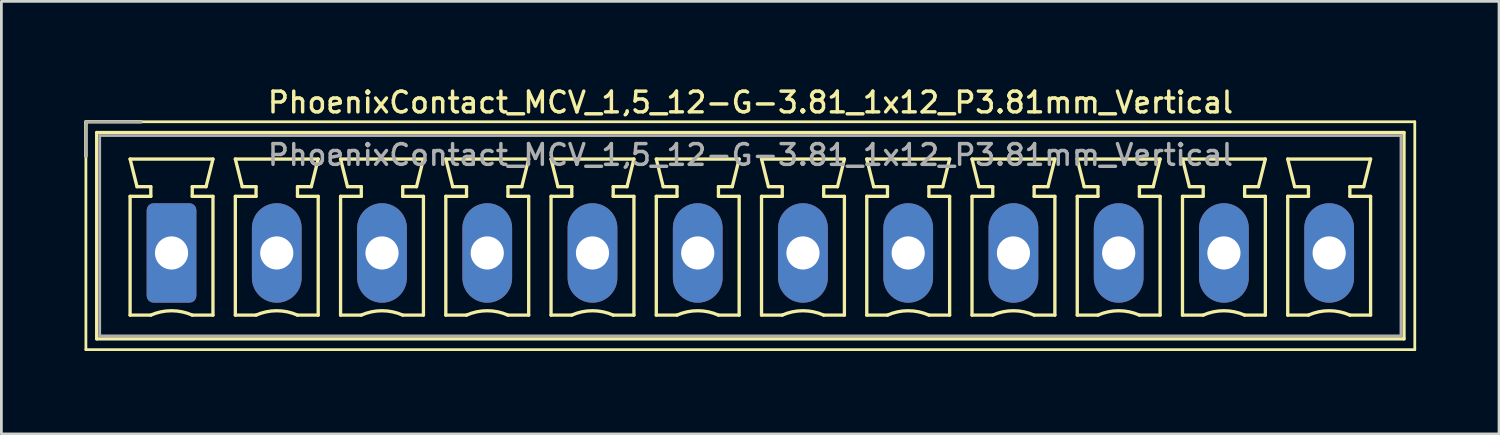
<source format=kicad_pcb>
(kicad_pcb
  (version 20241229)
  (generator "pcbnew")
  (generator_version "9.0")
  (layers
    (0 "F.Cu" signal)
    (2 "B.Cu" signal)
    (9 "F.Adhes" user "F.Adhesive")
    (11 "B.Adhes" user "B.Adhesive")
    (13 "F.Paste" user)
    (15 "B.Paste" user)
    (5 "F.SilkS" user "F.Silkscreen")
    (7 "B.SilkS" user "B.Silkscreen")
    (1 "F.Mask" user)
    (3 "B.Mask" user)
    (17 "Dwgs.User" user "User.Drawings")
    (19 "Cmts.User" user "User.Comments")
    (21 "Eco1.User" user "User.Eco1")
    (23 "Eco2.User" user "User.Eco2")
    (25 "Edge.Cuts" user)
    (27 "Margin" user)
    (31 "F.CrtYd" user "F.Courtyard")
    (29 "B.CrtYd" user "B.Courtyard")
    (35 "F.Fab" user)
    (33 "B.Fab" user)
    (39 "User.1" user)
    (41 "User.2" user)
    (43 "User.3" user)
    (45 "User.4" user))
  (footprint "PhoenixContact_MCV_1,5_12-G-3.81_1x12_P3.81mm_Vertical"
    (layer "F.Cu")
    (at 3.16 6.108)
    (property "Reference" "PhoenixContact_MCV_1,5_12-G-3.81_1x12_P3.81mm_Vertical" (at 20.96 -5.45 0) (layer "F.SilkS") (effects (font (size 0.75 0.75) (thickness 0.125))))
    (attr through_hole)
    (fp_line (start -3.1 -4.75) (end -3.1 3.5) (stroke (width 0.1) (type solid)) (layer "F.SilkS"))
    (fp_line (start -3.1 -4.75) (end -1.1 -4.75) (stroke (width 0.12) (type solid)) (layer "F.SilkS"))
    (fp_line (start -3.1 -3.5) (end -3.1 -4.75) (stroke (width 0.12) (type solid)) (layer "F.SilkS"))
    (fp_line (start -3.1 3.5) (end 45.01 3.5) (stroke (width 0.1) (type solid)) (layer "F.SilkS"))
    (fp_line (start -2.71 -4.36) (end -2.71 3.11) (stroke (width 0.12) (type solid)) (layer "F.SilkS"))
    (fp_line (start -2.71 3.11) (end 44.62 3.11) (stroke (width 0.12) (type solid)) (layer "F.SilkS"))
    (fp_line (start -1.5 -3.4) (end 1.5 -3.4) (stroke (width 0.12) (type solid)) (layer "F.SilkS"))
    (fp_line (start -1.5 -2.05) (end -0.75 -2.05) (stroke (width 0.12) (type solid)) (layer "F.SilkS"))
    (fp_line (start -1.5 2.25) (end -1.5 -2.05) (stroke (width 0.12) (type solid)) (layer "F.SilkS"))
    (fp_line (start -1.25 -2.4) (end -1.5 -3.4) (stroke (width 0.12) (type solid)) (layer "F.SilkS"))
    (fp_line (start -0.75 -2.4) (end -1.25 -2.4) (stroke (width 0.12) (type solid)) (layer "F.SilkS"))
    (fp_line (start -0.75 -2.05) (end -0.75 -2.4) (stroke (width 0.12) (type solid)) (layer "F.SilkS"))
    (fp_line (start -0.75 2.25) (end -1.5 2.25) (stroke (width 0.12) (type solid)) (layer "F.SilkS"))
    (fp_line (start 0.75 -2.4) (end 0.75 -2.05) (stroke (width 0.12) (type solid)) (layer "F.SilkS"))
    (fp_line (start 0.75 -2.05) (end 1.5 -2.05) (stroke (width 0.12) (type solid)) (layer "F.SilkS"))
    (fp_line (start 1.25 -2.4) (end 0.75 -2.4) (stroke (width 0.12) (type solid)) (layer "F.SilkS"))
    (fp_line (start 1.5 -3.4) (end 1.25 -2.4) (stroke (width 0.12) (type solid)) (layer "F.SilkS"))
    (fp_line (start 1.5 -2.05) (end 1.5 2.25) (stroke (width 0.12) (type solid)) (layer "F.SilkS"))
    (fp_line (start 1.5 2.25) (end 0.75 2.25) (stroke (width 0.12) (type solid)) (layer "F.SilkS"))
    (fp_line (start 2.31 -3.4) (end 5.31 -3.4) (stroke (width 0.12) (type solid)) (layer "F.SilkS"))
    (fp_line (start 2.31 -2.05) (end 3.06 -2.05) (stroke (width 0.12) (type solid)) (layer "F.SilkS"))
    (fp_line (start 2.31 2.25) (end 2.31 -2.05) (stroke (width 0.12) (type solid)) (layer "F.SilkS"))
    (fp_line (start 2.56 -2.4) (end 2.31 -3.4) (stroke (width 0.12) (type solid)) (layer "F.SilkS"))
    (fp_line (start 3.06 -2.4) (end 2.56 -2.4) (stroke (width 0.12) (type solid)) (layer "F.SilkS"))
    (fp_line (start 3.06 -2.05) (end 3.06 -2.4) (stroke (width 0.12) (type solid)) (layer "F.SilkS"))
    (fp_line (start 3.06 2.25) (end 2.31 2.25) (stroke (width 0.12) (type solid)) (layer "F.SilkS"))
    (fp_line (start 4.56 -2.4) (end 4.56 -2.05) (stroke (width 0.12) (type solid)) (layer "F.SilkS"))
    (fp_line (start 4.56 -2.05) (end 5.31 -2.05) (stroke (width 0.12) (type solid)) (layer "F.SilkS"))
    (fp_line (start 5.06 -2.4) (end 4.56 -2.4) (stroke (width 0.12) (type solid)) (layer "F.SilkS"))
    (fp_line (start 5.31 -3.4) (end 5.06 -2.4) (stroke (width 0.12) (type solid)) (layer "F.SilkS"))
    (fp_line (start 5.31 -2.05) (end 5.31 2.25) (stroke (width 0.12) (type solid)) (layer "F.SilkS"))
    (fp_line (start 5.31 2.25) (end 4.56 2.25) (stroke (width 0.12) (type solid)) (layer "F.SilkS"))
    (fp_line (start 6.12 -3.4) (end 9.12 -3.4) (stroke (width 0.12) (type solid)) (layer "F.SilkS"))
    (fp_line (start 6.12 -2.05) (end 6.87 -2.05) (stroke (width 0.12) (type solid)) (layer "F.SilkS"))
    (fp_line (start 6.12 2.25) (end 6.12 -2.05) (stroke (width 0.12) (type solid)) (layer "F.SilkS"))
    (fp_line (start 6.37 -2.4) (end 6.12 -3.4) (stroke (width 0.12) (type solid)) (layer "F.SilkS"))
    (fp_line (start 6.87 -2.4) (end 6.37 -2.4) (stroke (width 0.12) (type solid)) (layer "F.SilkS"))
    (fp_line (start 6.87 -2.05) (end 6.87 -2.4) (stroke (width 0.12) (type solid)) (layer "F.SilkS"))
    (fp_line (start 6.87 2.25) (end 6.12 2.25) (stroke (width 0.12) (type solid)) (layer "F.SilkS"))
    (fp_line (start 8.37 -2.4) (end 8.37 -2.05) (stroke (width 0.12) (type solid)) (layer "F.SilkS"))
    (fp_line (start 8.37 -2.05) (end 9.12 -2.05) (stroke (width 0.12) (type solid)) (layer "F.SilkS"))
    (fp_line (start 8.87 -2.4) (end 8.37 -2.4) (stroke (width 0.12) (type solid)) (layer "F.SilkS"))
    (fp_line (start 9.12 -3.4) (end 8.87 -2.4) (stroke (width 0.12) (type solid)) (layer "F.SilkS"))
    (fp_line (start 9.12 -2.05) (end 9.12 2.25) (stroke (width 0.12) (type solid)) (layer "F.SilkS"))
    (fp_line (start 9.12 2.25) (end 8.37 2.25) (stroke (width 0.12) (type solid)) (layer "F.SilkS"))
    (fp_line (start 9.93 -3.4) (end 12.93 -3.4) (stroke (width 0.12) (type solid)) (layer "F.SilkS"))
    (fp_line (start 9.93 -2.05) (end 10.68 -2.05) (stroke (width 0.12) (type solid)) (layer "F.SilkS"))
    (fp_line (start 9.93 2.25) (end 9.93 -2.05) (stroke (width 0.12) (type solid)) (layer "F.SilkS"))
    (fp_line (start 10.18 -2.4) (end 9.93 -3.4) (stroke (width 0.12) (type solid)) (layer "F.SilkS"))
    (fp_line (start 10.68 -2.4) (end 10.18 -2.4) (stroke (width 0.12) (type solid)) (layer "F.SilkS"))
    (fp_line (start 10.68 -2.05) (end 10.68 -2.4) (stroke (width 0.12) (type solid)) (layer "F.SilkS"))
    (fp_line (start 10.68 2.25) (end 9.93 2.25) (stroke (width 0.12) (type solid)) (layer "F.SilkS"))
    (fp_line (start 12.18 -2.4) (end 12.18 -2.05) (stroke (width 0.12) (type solid)) (layer "F.SilkS"))
    (fp_line (start 12.18 -2.05) (end 12.93 -2.05) (stroke (width 0.12) (type solid)) (layer "F.SilkS"))
    (fp_line (start 12.68 -2.4) (end 12.18 -2.4) (stroke (width 0.12) (type solid)) (layer "F.SilkS"))
    (fp_line (start 12.93 -3.4) (end 12.68 -2.4) (stroke (width 0.12) (type solid)) (layer "F.SilkS"))
    (fp_line (start 12.93 -2.05) (end 12.93 2.25) (stroke (width 0.12) (type solid)) (layer "F.SilkS"))
    (fp_line (start 12.93 2.25) (end 12.18 2.25) (stroke (width 0.12) (type solid)) (layer "F.SilkS"))
    (fp_line (start 13.74 -3.4) (end 16.74 -3.4) (stroke (width 0.12) (type solid)) (layer "F.SilkS"))
    (fp_line (start 13.74 -2.05) (end 14.49 -2.05) (stroke (width 0.12) (type solid)) (layer "F.SilkS"))
    (fp_line (start 13.74 2.25) (end 13.74 -2.05) (stroke (width 0.12) (type solid)) (layer "F.SilkS"))
    (fp_line (start 13.99 -2.4) (end 13.74 -3.4) (stroke (width 0.12) (type solid)) (layer "F.SilkS"))
    (fp_line (start 14.49 -2.4) (end 13.99 -2.4) (stroke (width 0.12) (type solid)) (layer "F.SilkS"))
    (fp_line (start 14.49 -2.05) (end 14.49 -2.4) (stroke (width 0.12) (type solid)) (layer "F.SilkS"))
    (fp_line (start 14.49 2.25) (end 13.74 2.25) (stroke (width 0.12) (type solid)) (layer "F.SilkS"))
    (fp_line (start 15.99 -2.4) (end 15.99 -2.05) (stroke (width 0.12) (type solid)) (layer "F.SilkS"))
    (fp_line (start 15.99 -2.05) (end 16.74 -2.05) (stroke (width 0.12) (type solid)) (layer "F.SilkS"))
    (fp_line (start 16.49 -2.4) (end 15.99 -2.4) (stroke (width 0.12) (type solid)) (layer "F.SilkS"))
    (fp_line (start 16.74 -3.4) (end 16.49 -2.4) (stroke (width 0.12) (type solid)) (layer "F.SilkS"))
    (fp_line (start 16.74 -2.05) (end 16.74 2.25) (stroke (width 0.12) (type solid)) (layer "F.SilkS"))
    (fp_line (start 16.74 2.25) (end 15.99 2.25) (stroke (width 0.12) (type solid)) (layer "F.SilkS"))
    (fp_line (start 17.55 -3.4) (end 20.55 -3.4) (stroke (width 0.12) (type solid)) (layer "F.SilkS"))
    (fp_line (start 17.55 -2.05) (end 18.3 -2.05) (stroke (width 0.12) (type solid)) (layer "F.SilkS"))
    (fp_line (start 17.55 2.25) (end 17.55 -2.05) (stroke (width 0.12) (type solid)) (layer "F.SilkS"))
    (fp_line (start 17.8 -2.4) (end 17.55 -3.4) (stroke (width 0.12) (type solid)) (layer "F.SilkS"))
    (fp_line (start 18.3 -2.4) (end 17.8 -2.4) (stroke (width 0.12) (type solid)) (layer "F.SilkS"))
    (fp_line (start 18.3 -2.05) (end 18.3 -2.4) (stroke (width 0.12) (type solid)) (layer "F.SilkS"))
    (fp_line (start 18.3 2.25) (end 17.55 2.25) (stroke (width 0.12) (type solid)) (layer "F.SilkS"))
    (fp_line (start 19.8 -2.4) (end 19.8 -2.05) (stroke (width 0.12) (type solid)) (layer "F.SilkS"))
    (fp_line (start 19.8 -2.05) (end 20.55 -2.05) (stroke (width 0.12) (type solid)) (layer "F.SilkS"))
    (fp_line (start 20.3 -2.4) (end 19.8 -2.4) (stroke (width 0.12) (type solid)) (layer "F.SilkS"))
    (fp_line (start 20.55 -3.4) (end 20.3 -2.4) (stroke (width 0.12) (type solid)) (layer "F.SilkS"))
    (fp_line (start 20.55 -2.05) (end 20.55 2.25) (stroke (width 0.12) (type solid)) (layer "F.SilkS"))
    (fp_line (start 20.55 2.25) (end 19.8 2.25) (stroke (width 0.12) (type solid)) (layer "F.SilkS"))
    (fp_line (start 21.36 -3.4) (end 24.36 -3.4) (stroke (width 0.12) (type solid)) (layer "F.SilkS"))
    (fp_line (start 21.36 -2.05) (end 22.11 -2.05) (stroke (width 0.12) (type solid)) (layer "F.SilkS"))
    (fp_line (start 21.36 2.25) (end 21.36 -2.05) (stroke (width 0.12) (type solid)) (layer "F.SilkS"))
    (fp_line (start 21.61 -2.4) (end 21.36 -3.4) (stroke (width 0.12) (type solid)) (layer "F.SilkS"))
    (fp_line (start 22.11 -2.4) (end 21.61 -2.4) (stroke (width 0.12) (type solid)) (layer "F.SilkS"))
    (fp_line (start 22.11 -2.05) (end 22.11 -2.4) (stroke (width 0.12) (type solid)) (layer "F.SilkS"))
    (fp_line (start 22.11 2.25) (end 21.36 2.25) (stroke (width 0.12) (type solid)) (layer "F.SilkS"))
    (fp_line (start 23.61 -2.4) (end 23.61 -2.05) (stroke (width 0.12) (type solid)) (layer "F.SilkS"))
    (fp_line (start 23.61 -2.05) (end 24.36 -2.05) (stroke (width 0.12) (type solid)) (layer "F.SilkS"))
    (fp_line (start 24.11 -2.4) (end 23.61 -2.4) (stroke (width 0.12) (type solid)) (layer "F.SilkS"))
    (fp_line (start 24.36 -3.4) (end 24.11 -2.4) (stroke (width 0.12) (type solid)) (layer "F.SilkS"))
    (fp_line (start 24.36 -2.05) (end 24.36 2.25) (stroke (width 0.12) (type solid)) (layer "F.SilkS"))
    (fp_line (start 24.36 2.25) (end 23.61 2.25) (stroke (width 0.12) (type solid)) (layer "F.SilkS"))
    (fp_line (start 25.17 -3.4) (end 28.17 -3.4) (stroke (width 0.12) (type solid)) (layer "F.SilkS"))
    (fp_line (start 25.17 -2.05) (end 25.92 -2.05) (stroke (width 0.12) (type solid)) (layer "F.SilkS"))
    (fp_line (start 25.17 2.25) (end 25.17 -2.05) (stroke (width 0.12) (type solid)) (layer "F.SilkS"))
    (fp_line (start 25.42 -2.4) (end 25.17 -3.4) (stroke (width 0.12) (type solid)) (layer "F.SilkS"))
    (fp_line (start 25.92 -2.4) (end 25.42 -2.4) (stroke (width 0.12) (type solid)) (layer "F.SilkS"))
    (fp_line (start 25.92 -2.05) (end 25.92 -2.4) (stroke (width 0.12) (type solid)) (layer "F.SilkS"))
    (fp_line (start 25.92 2.25) (end 25.17 2.25) (stroke (width 0.12) (type solid)) (layer "F.SilkS"))
    (fp_line (start 27.42 -2.4) (end 27.42 -2.05) (stroke (width 0.12) (type solid)) (layer "F.SilkS"))
    (fp_line (start 27.42 -2.05) (end 28.17 -2.05) (stroke (width 0.12) (type solid)) (layer "F.SilkS"))
    (fp_line (start 27.92 -2.4) (end 27.42 -2.4) (stroke (width 0.12) (type solid)) (layer "F.SilkS"))
    (fp_line (start 28.17 -3.4) (end 27.92 -2.4) (stroke (width 0.12) (type solid)) (layer "F.SilkS"))
    (fp_line (start 28.17 -2.05) (end 28.17 2.25) (stroke (width 0.12) (type solid)) (layer "F.SilkS"))
    (fp_line (start 28.17 2.25) (end 27.42 2.25) (stroke (width 0.12) (type solid)) (layer "F.SilkS"))
    (fp_line (start 28.98 -3.4) (end 31.98 -3.4) (stroke (width 0.12) (type solid)) (layer "F.SilkS"))
    (fp_line (start 28.98 -2.05) (end 29.73 -2.05) (stroke (width 0.12) (type solid)) (layer "F.SilkS"))
    (fp_line (start 28.98 2.25) (end 28.98 -2.05) (stroke (width 0.12) (type solid)) (layer "F.SilkS"))
    (fp_line (start 29.23 -2.4) (end 28.98 -3.4) (stroke (width 0.12) (type solid)) (layer "F.SilkS"))
    (fp_line (start 29.73 -2.4) (end 29.23 -2.4) (stroke (width 0.12) (type solid)) (layer "F.SilkS"))
    (fp_line (start 29.73 -2.05) (end 29.73 -2.4) (stroke (width 0.12) (type solid)) (layer "F.SilkS"))
    (fp_line (start 29.73 2.25) (end 28.98 2.25) (stroke (width 0.12) (type solid)) (layer "F.SilkS"))
    (fp_line (start 31.23 -2.4) (end 31.23 -2.05) (stroke (width 0.12) (type solid)) (layer "F.SilkS"))
    (fp_line (start 31.23 -2.05) (end 31.98 -2.05) (stroke (width 0.12) (type solid)) (layer "F.SilkS"))
    (fp_line (start 31.73 -2.4) (end 31.23 -2.4) (stroke (width 0.12) (type solid)) (layer "F.SilkS"))
    (fp_line (start 31.98 -3.4) (end 31.73 -2.4) (stroke (width 0.12) (type solid)) (layer "F.SilkS"))
    (fp_line (start 31.98 -2.05) (end 31.98 2.25) (stroke (width 0.12) (type solid)) (layer "F.SilkS"))
    (fp_line (start 31.98 2.25) (end 31.23 2.25) (stroke (width 0.12) (type solid)) (layer "F.SilkS"))
    (fp_line (start 32.79 -3.4) (end 35.79 -3.4) (stroke (width 0.12) (type solid)) (layer "F.SilkS"))
    (fp_line (start 32.79 -2.05) (end 33.54 -2.05) (stroke (width 0.12) (type solid)) (layer "F.SilkS"))
    (fp_line (start 32.79 2.25) (end 32.79 -2.05) (stroke (width 0.12) (type solid)) (layer "F.SilkS"))
    (fp_line (start 33.04 -2.4) (end 32.79 -3.4) (stroke (width 0.12) (type solid)) (layer "F.SilkS"))
    (fp_line (start 33.54 -2.4) (end 33.04 -2.4) (stroke (width 0.12) (type solid)) (layer "F.SilkS"))
    (fp_line (start 33.54 -2.05) (end 33.54 -2.4) (stroke (width 0.12) (type solid)) (layer "F.SilkS"))
    (fp_line (start 33.54 2.25) (end 32.79 2.25) (stroke (width 0.12) (type solid)) (layer "F.SilkS"))
    (fp_line (start 35.04 -2.4) (end 35.04 -2.05) (stroke (width 0.12) (type solid)) (layer "F.SilkS"))
    (fp_line (start 35.04 -2.05) (end 35.79 -2.05) (stroke (width 0.12) (type solid)) (layer "F.SilkS"))
    (fp_line (start 35.54 -2.4) (end 35.04 -2.4) (stroke (width 0.12) (type solid)) (layer "F.SilkS"))
    (fp_line (start 35.79 -3.4) (end 35.54 -2.4) (stroke (width 0.12) (type solid)) (layer "F.SilkS"))
    (fp_line (start 35.79 -2.05) (end 35.79 2.25) (stroke (width 0.12) (type solid)) (layer "F.SilkS"))
    (fp_line (start 35.79 2.25) (end 35.04 2.25) (stroke (width 0.12) (type solid)) (layer "F.SilkS"))
    (fp_line (start 36.6 -3.4) (end 39.6 -3.4) (stroke (width 0.12) (type solid)) (layer "F.SilkS"))
    (fp_line (start 36.6 -2.05) (end 37.35 -2.05) (stroke (width 0.12) (type solid)) (layer "F.SilkS"))
    (fp_line (start 36.6 2.25) (end 36.6 -2.05) (stroke (width 0.12) (type solid)) (layer "F.SilkS"))
    (fp_line (start 36.85 -2.4) (end 36.6 -3.4) (stroke (width 0.12) (type solid)) (layer "F.SilkS"))
    (fp_line (start 37.35 -2.4) (end 36.85 -2.4) (stroke (width 0.12) (type solid)) (layer "F.SilkS"))
    (fp_line (start 37.35 -2.05) (end 37.35 -2.4) (stroke (width 0.12) (type solid)) (layer "F.SilkS"))
    (fp_line (start 37.35 2.25) (end 36.6 2.25) (stroke (width 0.12) (type solid)) (layer "F.SilkS"))
    (fp_line (start 38.85 -2.4) (end 38.85 -2.05) (stroke (width 0.12) (type solid)) (layer "F.SilkS"))
    (fp_line (start 38.85 -2.05) (end 39.6 -2.05) (stroke (width 0.12) (type solid)) (layer "F.SilkS"))
    (fp_line (start 39.35 -2.4) (end 38.85 -2.4) (stroke (width 0.12) (type solid)) (layer "F.SilkS"))
    (fp_line (start 39.6 -3.4) (end 39.35 -2.4) (stroke (width 0.12) (type solid)) (layer "F.SilkS"))
    (fp_line (start 39.6 -2.05) (end 39.6 2.25) (stroke (width 0.12) (type solid)) (layer "F.SilkS"))
    (fp_line (start 39.6 2.25) (end 38.85 2.25) (stroke (width 0.12) (type solid)) (layer "F.SilkS"))
    (fp_line (start 40.41 -3.4) (end 43.41 -3.4) (stroke (width 0.12) (type solid)) (layer "F.SilkS"))
    (fp_line (start 40.41 -2.05) (end 41.16 -2.05) (stroke (width 0.12) (type solid)) (layer "F.SilkS"))
    (fp_line (start 40.41 2.25) (end 40.41 -2.05) (stroke (width 0.12) (type solid)) (layer "F.SilkS"))
    (fp_line (start 40.66 -2.4) (end 40.41 -3.4) (stroke (width 0.12) (type solid)) (layer "F.SilkS"))
    (fp_line (start 41.16 -2.4) (end 40.66 -2.4) (stroke (width 0.12) (type solid)) (layer "F.SilkS"))
    (fp_line (start 41.16 -2.05) (end 41.16 -2.4) (stroke (width 0.12) (type solid)) (layer "F.SilkS"))
    (fp_line (start 41.16 2.25) (end 40.41 2.25) (stroke (width 0.12) (type solid)) (layer "F.SilkS"))
    (fp_line (start 42.66 -2.4) (end 42.66 -2.05) (stroke (width 0.12) (type solid)) (layer "F.SilkS"))
    (fp_line (start 42.66 -2.05) (end 43.41 -2.05) (stroke (width 0.12) (type solid)) (layer "F.SilkS"))
    (fp_line (start 43.16 -2.4) (end 42.66 -2.4) (stroke (width 0.12) (type solid)) (layer "F.SilkS"))
    (fp_line (start 43.41 -3.4) (end 43.16 -2.4) (stroke (width 0.12) (type solid)) (layer "F.SilkS"))
    (fp_line (start 43.41 -2.05) (end 43.41 2.25) (stroke (width 0.12) (type solid)) (layer "F.SilkS"))
    (fp_line (start 43.41 2.25) (end 42.66 2.25) (stroke (width 0.12) (type solid)) (layer "F.SilkS"))
    (fp_line (start 44.62 -4.36) (end -2.71 -4.36) (stroke (width 0.12) (type solid)) (layer "F.SilkS"))
    (fp_line (start 44.62 3.11) (end 44.62 -4.36) (stroke (width 0.12) (type solid)) (layer "F.SilkS"))
    (fp_line (start 45.01 -4.75) (end -3.1 -4.75) (stroke (width 0.1) (type solid)) (layer "F.SilkS"))
    (fp_line (start 45.01 3.5) (end 45.01 -4.75) (stroke (width 0.1) (type solid)) (layer "F.SilkS"))
    (fp_arc (start -0.75 2.25) (mid -0.000193 2.09191) (end 0.749647 2.249844) (stroke (width 0.12) (type solid)) (layer "F.SilkS"))
    (fp_arc (start 3.06 2.25) (mid 3.809807 2.09191) (end 4.559647 2.249844) (stroke (width 0.12) (type solid)) (layer "F.SilkS"))
    (fp_arc (start 6.87 2.25) (mid 7.619807 2.09191) (end 8.369647 2.249844) (stroke (width 0.12) (type solid)) (layer "F.SilkS"))
    (fp_arc (start 10.68 2.25) (mid 11.429807 2.09191) (end 12.179647 2.249844) (stroke (width 0.12) (type solid)) (layer "F.SilkS"))
    (fp_arc (start 14.49 2.25) (mid 15.239807 2.09191) (end 15.989647 2.249844) (stroke (width 0.12) (type solid)) (layer "F.SilkS"))
    (fp_arc (start 18.3 2.25) (mid 19.049807 2.09191) (end 19.799647 2.249844) (stroke (width 0.12) (type solid)) (layer "F.SilkS"))
    (fp_arc (start 22.11 2.25) (mid 22.859807 2.09191) (end 23.609647 2.249844) (stroke (width 0.12) (type solid)) (layer "F.SilkS"))
    (fp_arc (start 25.92 2.25) (mid 26.669807 2.09191) (end 27.419647 2.249844) (stroke (width 0.12) (type solid)) (layer "F.SilkS"))
    (fp_arc (start 29.73 2.25) (mid 30.479807 2.09191) (end 31.229647 2.249844) (stroke (width 0.12) (type solid)) (layer "F.SilkS"))
    (fp_arc (start 33.54 2.25) (mid 34.289807 2.09191) (end 35.039647 2.249844) (stroke (width 0.12) (type solid)) (layer "F.SilkS"))
    (fp_arc (start 37.35 2.25) (mid 38.099807 2.09191) (end 38.849647 2.249844) (stroke (width 0.12) (type solid)) (layer "F.SilkS"))
    (fp_arc (start 41.16 2.25) (mid 41.909807 2.09191) (end 42.659647 2.249844) (stroke (width 0.12) (type solid)) (layer "F.SilkS"))
    (fp_line (start -3.1 -4.75) (end -1.1 -4.75) (stroke (width 0.1) (type solid)) (layer "F.Fab"))
    (fp_line (start -3.1 -3.5) (end -3.1 -4.75) (stroke (width 0.1) (type solid)) (layer "F.Fab"))
    (fp_line (start -2.6 -4.25) (end -2.6 3) (stroke (width 0.1) (type solid)) (layer "F.Fab"))
    (fp_line (start -2.6 3) (end 44.51 3) (stroke (width 0.1) (type solid)) (layer "F.Fab"))
    (fp_line (start 44.51 -4.25) (end -2.6 -4.25) (stroke (width 0.1) (type solid)) (layer "F.Fab"))
    (fp_line (start 44.51 3) (end 44.51 -4.25) (stroke (width 0.1) (type solid)) (layer "F.Fab"))
    (fp_text user "${REFERENCE}" (at 20.96 -3.55 0) (layer "F.Fab") (effects (font (size 0.75 0.75) (thickness 0.125))))
    (pad "1" thru_hole roundrect (at 0 0) (size 1.8 3.6) (drill 1.2) (layers "*.Cu" "*.Mask") (roundrect_rratio 0.139))
    (pad "2" thru_hole oval (at 3.81 0) (size 1.8 3.6) (drill 1.2) (layers "*.Cu" "*.Mask"))
    (pad "3" thru_hole oval (at 7.62 0) (size 1.8 3.6) (drill 1.2) (layers "*.Cu" "*.Mask"))
    (pad "4" thru_hole oval (at 11.43 0) (size 1.8 3.6) (drill 1.2) (layers "*.Cu" "*.Mask"))
    (pad "5" thru_hole oval (at 15.24 0) (size 1.8 3.6) (drill 1.2) (layers "*.Cu" "*.Mask"))
    (pad "6" thru_hole oval (at 19.05 0) (size 1.8 3.6) (drill 1.2) (layers "*.Cu" "*.Mask"))
    (pad "7" thru_hole oval (at 22.86 0) (size 1.8 3.6) (drill 1.2) (layers "*.Cu" "*.Mask"))
    (pad "8" thru_hole oval (at 26.67 0) (size 1.8 3.6) (drill 1.2) (layers "*.Cu" "*.Mask"))
    (pad "9" thru_hole oval (at 30.48 0) (size 1.8 3.6) (drill 1.2) (layers "*.Cu" "*.Mask"))
    (pad "10" thru_hole oval (at 34.29 0) (size 1.8 3.6) (drill 1.2) (layers "*.Cu" "*.Mask"))
    (pad "11" thru_hole oval (at 38.1 0) (size 1.8 3.6) (drill 1.2) (layers "*.Cu" "*.Mask"))
    (pad "12" thru_hole oval (at 41.91 0) (size 1.8 3.6) (drill 1.2) (layers "*.Cu" "*.Mask")))
  (gr_rect
    (start -3 -3)
    (end 51.22 12.658)
    (stroke (width 0.1) (type default))
    (fill no)
    (layer "Edge.Cuts")))
</source>
